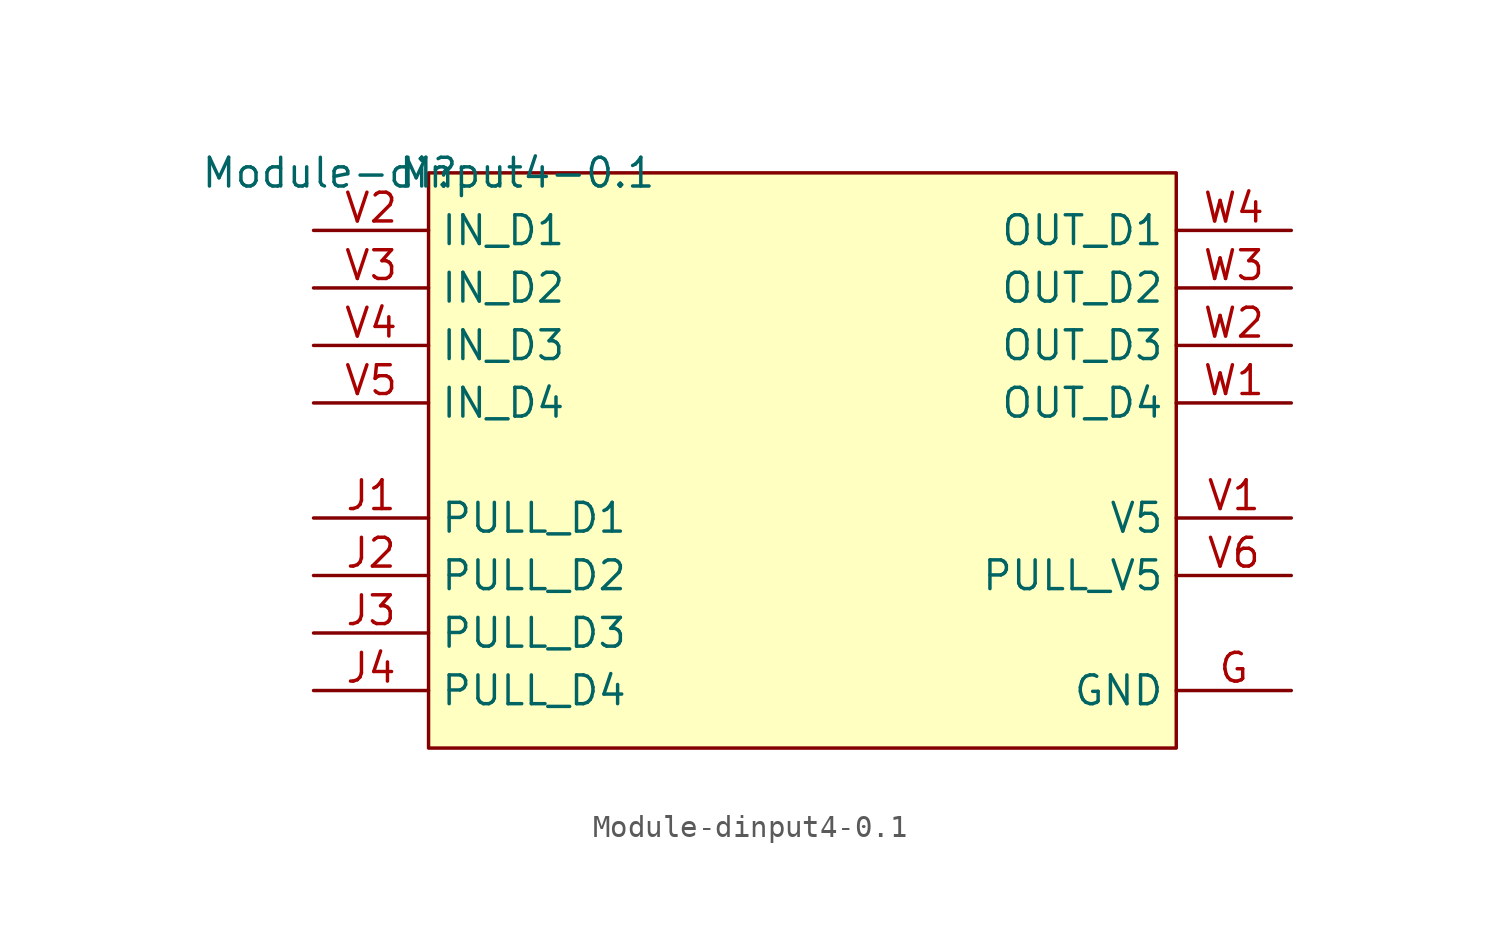
<source format=kicad_sym>
(kicad_symbol_lib
  (version 20201005)
  (generator kicad_symbol_editor)
  (symbol "dinput4:Module-dinput4-0.1"
    (property "Reference" "M"
      (at 0 0 0)
      (effects (font (size 1.27 1.27))))
    (property "Value" "Module-dinput4-0.1"
      (at 0 0 0)
      (effects (font (size 1.27 1.27))))
    (symbol "Module-dinput4-0.1_1_0"
      (rectangle (start 33.02 0) (end 0 -25.4) (stroke (width 0)) (fill (type background)))
      (pin passive line (at 38.1 -22.86 180) (length 5.08) (name "GND" (effects (font (size 1.27 1.27)))) (number "G" (effects (font (size 1.27 1.27)))))
      (pin passive line (at -5.08 -15.24 0) (length 5.08) (name "PULL_D1" (effects (font (size 1.27 1.27)))) (number "J1" (effects (font (size 1.27 1.27)))))
      (pin passive line (at -5.08 -17.78 0) (length 5.08) (name "PULL_D2" (effects (font (size 1.27 1.27)))) (number "J2" (effects (font (size 1.27 1.27)))))
      (pin passive line (at -5.08 -20.32 0) (length 5.08) (name "PULL_D3" (effects (font (size 1.27 1.27)))) (number "J3" (effects (font (size 1.27 1.27)))))
      (pin passive line (at -5.08 -22.86 0) (length 5.08) (name "PULL_D4" (effects (font (size 1.27 1.27)))) (number "J4" (effects (font (size 1.27 1.27)))))
      (pin passive line (at 38.1 -15.24 180) (length 5.08) (name "V5" (effects (font (size 1.27 1.27)))) (number "V1" (effects (font (size 1.27 1.27)))))
      (pin passive line (at -5.08 -2.54 0) (length 5.08) (name "IN_D1" (effects (font (size 1.27 1.27)))) (number "V2" (effects (font (size 1.27 1.27)))))
      (pin passive line (at -5.08 -5.08 0) (length 5.08) (name "IN_D2" (effects (font (size 1.27 1.27)))) (number "V3" (effects (font (size 1.27 1.27)))))
      (pin passive line (at -5.08 -7.62 0) (length 5.08) (name "IN_D3" (effects (font (size 1.27 1.27)))) (number "V4" (effects (font (size 1.27 1.27)))))
      (pin passive line (at -5.08 -10.16 0) (length 5.08) (name "IN_D4" (effects (font (size 1.27 1.27)))) (number "V5" (effects (font (size 1.27 1.27)))))
      (pin passive line (at 38.1 -17.78 180) (length 5.08) (name "PULL_V5" (effects (font (size 1.27 1.27)))) (number "V6" (effects (font (size 1.27 1.27)))))
      (pin passive line (at 38.1 -10.16 180) (length 5.08) (name "OUT_D4" (effects (font (size 1.27 1.27)))) (number "W1" (effects (font (size 1.27 1.27)))))
      (pin passive line (at 38.1 -7.62 180) (length 5.08) (name "OUT_D3" (effects (font (size 1.27 1.27)))) (number "W2" (effects (font (size 1.27 1.27)))))
      (pin passive line (at 38.1 -5.08 180) (length 5.08) (name "OUT_D2" (effects (font (size 1.27 1.27)))) (number "W3" (effects (font (size 1.27 1.27)))))
      (pin passive line (at 38.1 -2.54 180) (length 5.08) (name "OUT_D1" (effects (font (size 1.27 1.27)))) (number "W4" (effects (font (size 1.27 1.27))))))))
</source>
